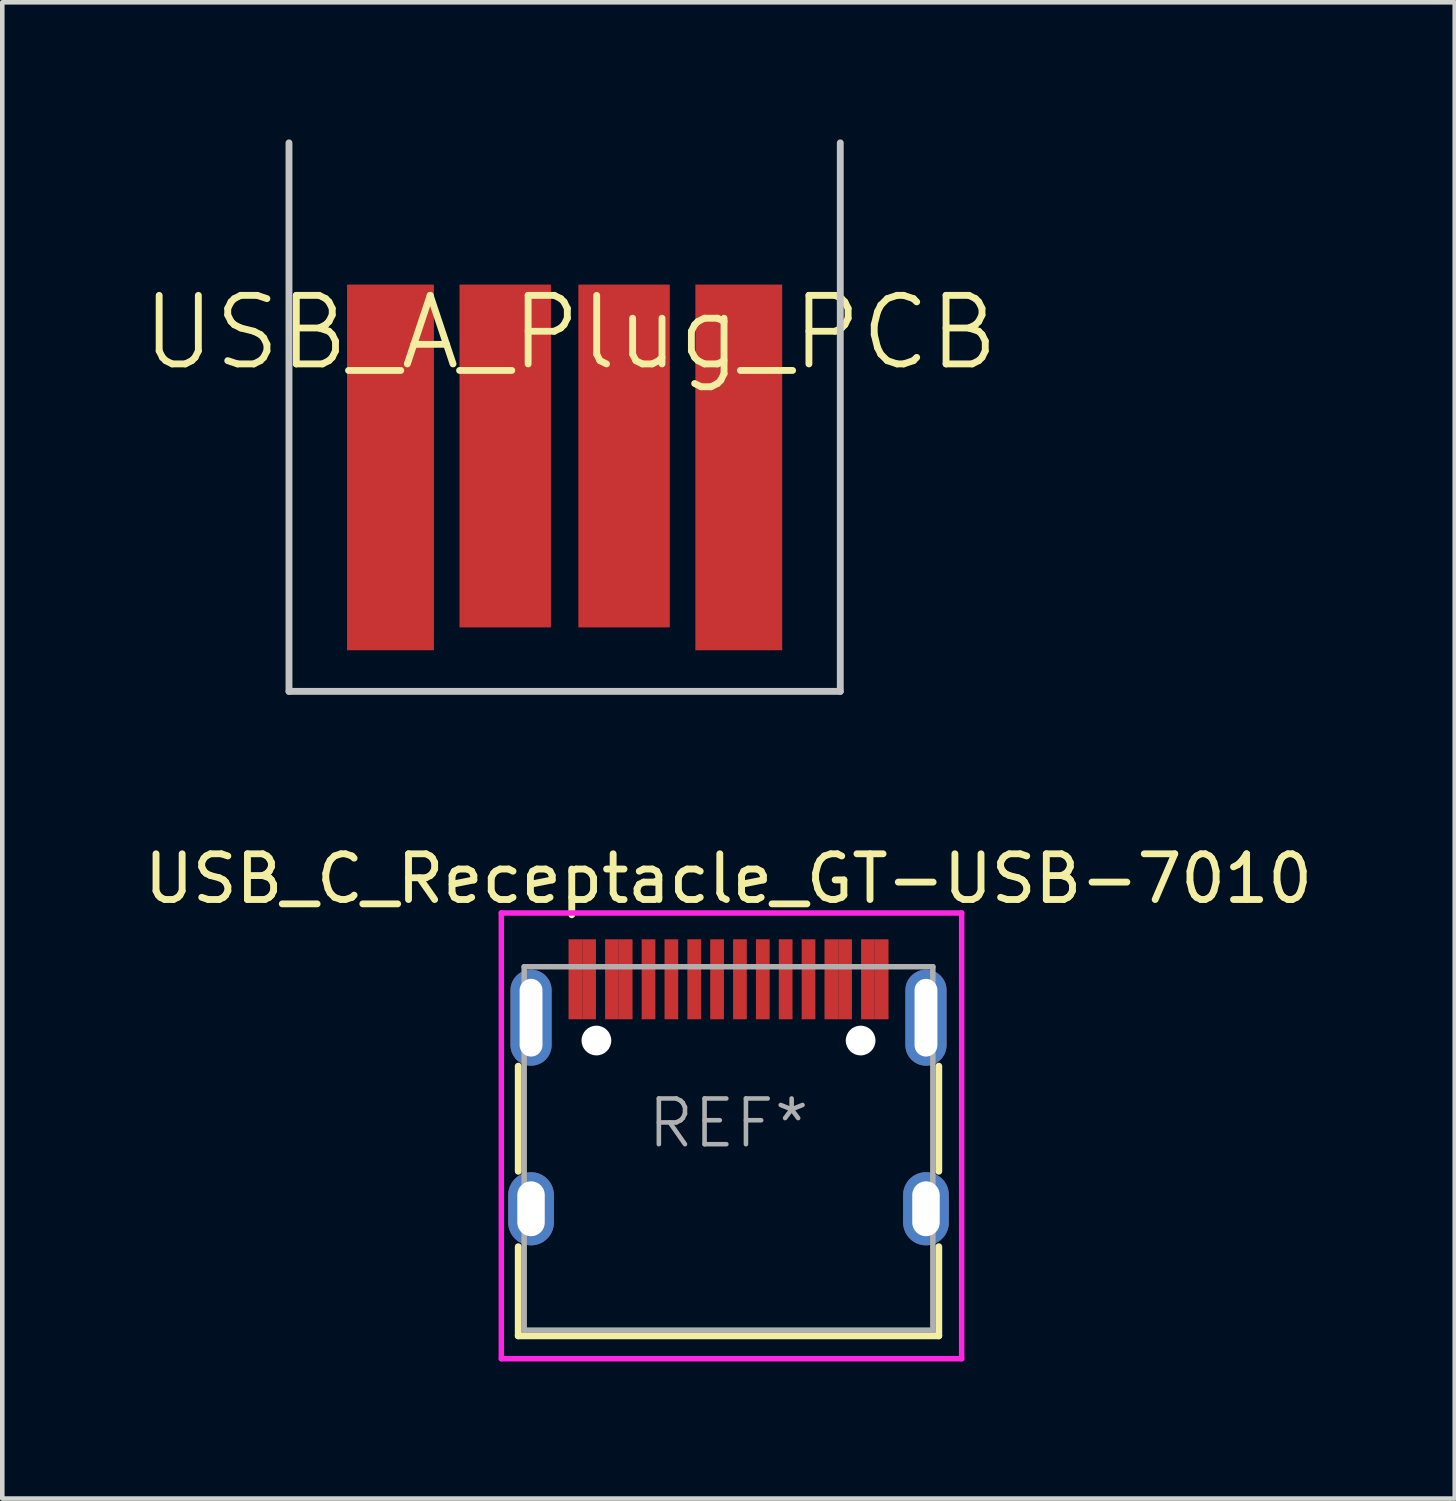
<source format=kicad_pcb>
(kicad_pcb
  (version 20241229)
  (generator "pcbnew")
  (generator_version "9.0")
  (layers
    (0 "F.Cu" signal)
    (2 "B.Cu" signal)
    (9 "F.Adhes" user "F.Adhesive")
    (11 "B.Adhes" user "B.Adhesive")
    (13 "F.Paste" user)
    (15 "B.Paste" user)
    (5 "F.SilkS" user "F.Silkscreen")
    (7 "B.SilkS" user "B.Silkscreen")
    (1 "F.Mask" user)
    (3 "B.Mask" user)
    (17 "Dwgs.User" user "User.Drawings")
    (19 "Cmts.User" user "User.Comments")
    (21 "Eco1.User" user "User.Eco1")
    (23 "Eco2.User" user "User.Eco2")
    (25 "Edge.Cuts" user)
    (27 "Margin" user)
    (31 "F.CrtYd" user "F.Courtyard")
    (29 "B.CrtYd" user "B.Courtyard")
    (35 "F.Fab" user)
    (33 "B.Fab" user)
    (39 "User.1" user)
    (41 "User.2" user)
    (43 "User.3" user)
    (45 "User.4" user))
  (footprint "USB_A_Plug_PCB"
    (layer "F.Cu")
    (at 9.302 12.075)
    (property "Reference" "USB_A_Plug_PCB" (at 0.13 -7.85 0) (layer "F.SilkS") (effects (font (size 1.5 1.5) (thickness 0.15))))
    (attr exclude_from_pos_files exclude_from_bom)
    (fp_line (start -6.03 0) (end -6.03 -12) (stroke (width 0.15) (type solid)) (layer "Dwgs.User"))
    (fp_line (start 6.03 0) (end -6.03 0) (stroke (width 0.15) (type solid)) (layer "Dwgs.User"))
    (fp_line (start 6.03 0) (end 6.03 -12) (stroke (width 0.15) (type solid)) (layer "Dwgs.User"))
    (pad "1" connect rect (at 3.81 -4.9) (size 1.9 8) (layers "F.Cu" "F.Mask"))
    (pad "2" connect rect (at 1.3 -5.15) (size 2 7.5) (layers "F.Cu" "F.Mask"))
    (pad "3" connect rect (at -1.3 -5.15) (size 2 7.5) (layers "F.Cu" "F.Mask"))
    (pad "4" connect rect (at -3.81 -4.9) (size 1.9 8) (layers "F.Cu" "F.Mask")))
  (footprint "USB_C_Receptacle_GT-USB-7010"
    (layer "F.Cu")
    (at 12.887 21.523)
    (property "Reference" "USB_C_Receptacle_GT-USB-7010" (at 0 -5.35 0) (layer "F.SilkS") (effects (font (size 1 1) (thickness 0.15))))
    (attr through_hole)
    (fp_line (start -4.6 1.05) (end -4.6 -1.25) (stroke (width 0.15) (type solid)) (layer "F.SilkS"))
    (fp_line (start -4.6 4.65) (end -4.6 2.7) (stroke (width 0.15) (type solid)) (layer "F.SilkS"))
    (fp_line (start 4.6 1.05) (end 4.6 -1.25) (stroke (width 0.15) (type solid)) (layer "F.SilkS"))
    (fp_line (start 4.6 4.65) (end -4.6 4.65) (stroke (width 0.15) (type solid)) (layer "F.SilkS"))
    (fp_line (start 4.6 4.65) (end 4.6 2.7) (stroke (width 0.15) (type solid)) (layer "F.SilkS"))
    (fp_line (start -4.97 -4.6) (end -4.97 5.15) (stroke (width 0.12) (type solid)) (layer "F.CrtYd"))
    (fp_line (start -4.97 -4.6) (end 5.1 -4.6) (stroke (width 0.12) (type solid)) (layer "F.CrtYd"))
    (fp_line (start -4.97 5.15) (end 5.1 5.15) (stroke (width 0.12) (type solid)) (layer "F.CrtYd"))
    (fp_line (start 5.1 -4.6) (end 5.1 5.15) (stroke (width 0.12) (type solid)) (layer "F.CrtYd"))
    (fp_line (start -4.47 -3.425) (end -4.47 4.525) (stroke (width 0.12) (type solid)) (layer "F.Fab"))
    (fp_line (start -4.47 -3.425) (end 4.47 -3.425) (stroke (width 0.12) (type solid)) (layer "F.Fab"))
    (fp_line (start 4.47 -3.425) (end 4.47 4.525) (stroke (width 0.12) (type solid)) (layer "F.Fab"))
    (fp_line (start 4.47 4.525) (end -4.47 4.525) (stroke (width 0.12) (type solid)) (layer "F.Fab"))
    (fp_text user "REF*" (at 0 0 0) (layer "F.Fab") (effects (font (size 1 1) (thickness 0.1))))
    (pad "" np_thru_hole circle (at -2.89 -1.81) (size 0.65 0.65) (drill 0.65) (layers "*.Cu" "*.Mask"))
    (pad "" np_thru_hole circle (at 2.89 -1.81) (size 0.65 0.65) (drill 0.65) (layers "*.Cu" "*.Mask"))
    (pad "A1" smd rect (at -3.35 -3.15) (size 0.3 1.75) (layers "F.Cu" "F.Mask" "F.Paste"))
    (pad "A4" smd rect (at -2.55 -3.15) (size 0.3 1.75) (layers "F.Cu" "F.Mask" "F.Paste"))
    (pad "A5" smd rect (at -1.25 -3.15) (size 0.3 1.75) (layers "F.Cu" "F.Mask" "F.Paste"))
    (pad "A6" smd rect (at -0.25 -3.15) (size 0.3 1.75) (layers "F.Cu" "F.Mask" "F.Paste"))
    (pad "A7" smd rect (at 0.25 -3.15) (size 0.3 1.75) (layers "F.Cu" "F.Mask" "F.Paste"))
    (pad "A8" smd rect (at 1.25 -3.15) (size 0.3 1.75) (layers "F.Cu" "F.Mask" "F.Paste"))
    (pad "A9" smd rect (at 2.55 -3.15) (size 0.3 1.75) (layers "F.Cu" "F.Mask" "F.Paste"))
    (pad "A12" smd rect (at 3.35 -3.15) (size 0.3 1.75) (layers "F.Cu" "F.Mask" "F.Paste"))
    (pad "B1" smd rect (at 3.05 -3.15) (size 0.3 1.75) (layers "F.Cu" "F.Mask" "F.Paste"))
    (pad "B4" smd rect (at 2.25 -3.15) (size 0.3 1.75) (layers "F.Cu" "F.Mask" "F.Paste"))
    (pad "B5" smd rect (at 1.75 -3.15) (size 0.3 1.75) (layers "F.Cu" "F.Mask" "F.Paste"))
    (pad "B6" smd rect (at 0.75 -3.15) (size 0.3 1.75) (layers "F.Cu" "F.Mask" "F.Paste"))
    (pad "B7" smd rect (at -0.75 -3.15) (size 0.3 1.75) (layers "F.Cu" "F.Mask" "F.Paste"))
    (pad "B8" smd rect (at -1.75 -3.15) (size 0.3 1.75) (layers "F.Cu" "F.Mask" "F.Paste"))
    (pad "B9" smd rect (at -2.25 -3.15) (size 0.3 1.75) (layers "F.Cu" "F.Mask" "F.Paste"))
    (pad "B12" smd rect (at -3.05 -3.15) (size 0.3 1.75) (layers "F.Cu" "F.Mask" "F.Paste"))
    (pad "S1" thru_hole oval (at -4.32 -2.31) (size 0.9 2.1) (drill oval 0.5 1.7) (layers "*.Cu" "*.Mask" "F.Paste"))
    (pad "S1" thru_hole oval (at -4.32 1.87) (size 1 1.6) (drill oval 0.6 1.2) (layers "*.Cu" "*.Mask" "F.Paste"))
    (pad "S1" thru_hole oval (at 4.32 -2.31) (size 0.9 2.1) (drill oval 0.5 1.7) (layers "*.Cu" "*.Mask" "F.Paste"))
    (pad "S1" thru_hole oval (at 4.32 1.87) (size 1 1.6) (drill oval 0.6 1.2) (layers "*.Cu" "*.Mask" "F.Paste")))
  (gr_rect
    (start -3 -3)
    (end 28.774 29.733)
    (stroke (width 0.1) (type default))
    (fill no)
    (layer "Edge.Cuts")))
</source>
